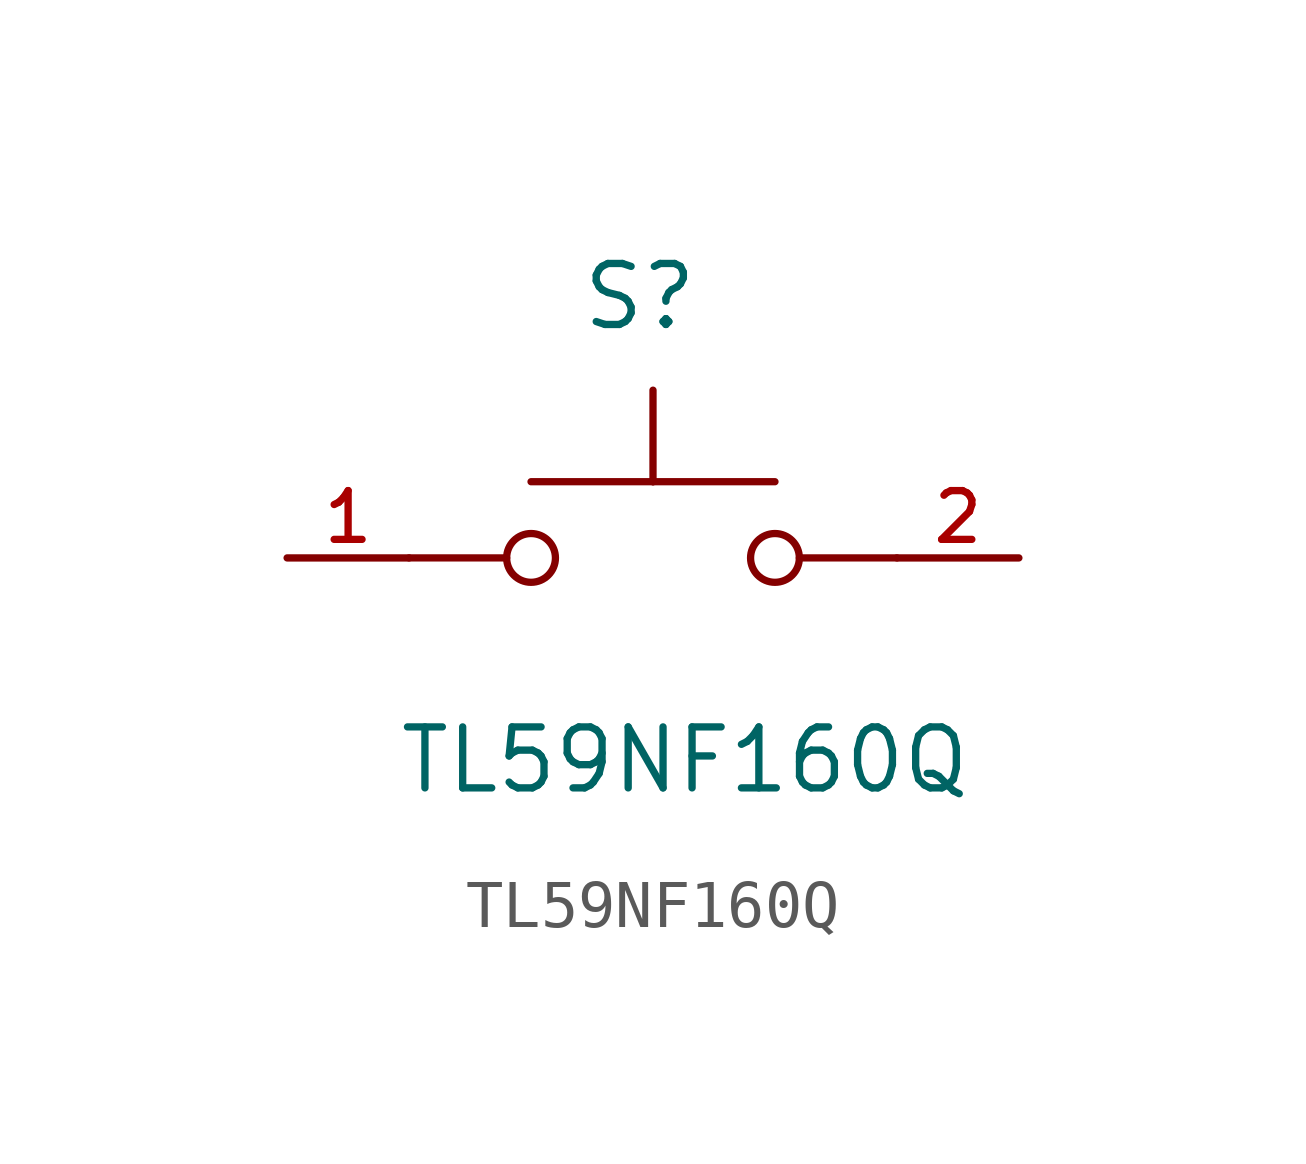
<source format=kicad_sym>
(kicad_symbol_lib
  (version 20231120)
  (generator "kicad_symbol_editor")
  (generator_version "8.0")
  (symbol "TL59NF160Q"
    (pin_names
      (offset 1.016))
    (property "Reference" "S"
      (at -1.524 4.699 0)
      (effects (font (size 1.27 1.27)) (justify left bottom)))
    (property "Value" "TL59NF160Q"
      (at -5.334 -4.953 0)
      (effects (font (size 1.27 1.27)) (justify left bottom)))
    (symbol "TL59NF160Q_0_0"
      (circle (center -2.54 0) (radius 0.508) (stroke (width 0.152) (type default)) (fill (type none)))
      (polyline (pts (xy -5.08 0) (xy -3.048 0)) (stroke (width 0.152) (type default)) (fill (type none)))
      (polyline (pts (xy -2.54 1.587) (xy 0 1.587)) (stroke (width 0.152) (type default)) (fill (type none)))
      (polyline (pts (xy 0 1.587) (xy 0 3.493)) (stroke (width 0.152) (type default)) (fill (type none)))
      (polyline (pts (xy 0 1.587) (xy 2.54 1.587)) (stroke (width 0.152) (type default)) (fill (type none)))
      (polyline (pts (xy 5.08 0) (xy 3.048 0)) (stroke (width 0.152) (type default)) (fill (type none)))
      (circle (center 2.54 0) (radius 0.508) (stroke (width 0.152) (type default)) (fill (type none)))
      (pin passive line (at -7.62 0 0) (length 2.54) (name "~" (effects (font (size 1.016 1.016)))) (number "1" (effects (font (size 1.016 1.016)))))
      (pin passive line (at 7.62 0 180) (length 2.54) (name "~" (effects (font (size 1.016 1.016)))) (number "2" (effects (font (size 1.016 1.016))))))))
</source>
